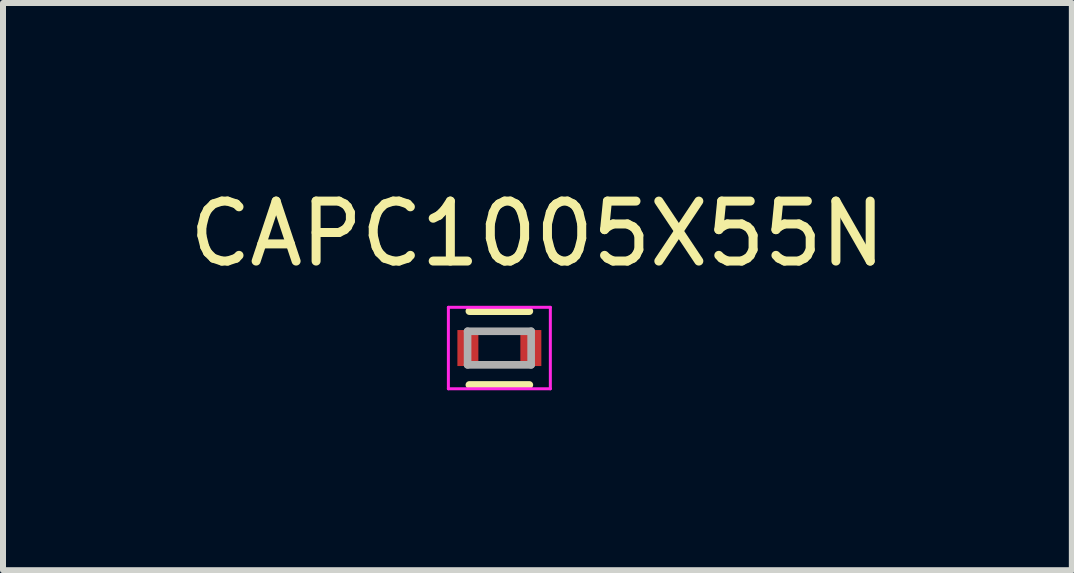
<source format=kicad_pcb>
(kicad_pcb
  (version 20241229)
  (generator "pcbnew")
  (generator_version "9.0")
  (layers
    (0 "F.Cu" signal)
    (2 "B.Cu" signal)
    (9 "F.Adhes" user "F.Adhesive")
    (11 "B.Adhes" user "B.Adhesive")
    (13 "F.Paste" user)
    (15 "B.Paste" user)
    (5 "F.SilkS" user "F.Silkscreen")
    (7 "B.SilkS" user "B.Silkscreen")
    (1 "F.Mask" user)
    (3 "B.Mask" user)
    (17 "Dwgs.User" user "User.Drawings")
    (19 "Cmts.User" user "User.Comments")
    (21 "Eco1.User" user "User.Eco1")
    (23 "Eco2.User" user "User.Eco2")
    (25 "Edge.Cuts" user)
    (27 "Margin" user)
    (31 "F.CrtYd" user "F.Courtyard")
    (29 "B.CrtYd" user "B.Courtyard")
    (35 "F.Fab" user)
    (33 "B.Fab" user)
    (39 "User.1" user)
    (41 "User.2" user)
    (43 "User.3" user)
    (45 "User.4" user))
  (footprint "CAPC1005X55N"
    (layer "F.Cu")
    (at 5.276 2.753)
    (property "Reference" "CAPC1005X55N" (at 0.635 -1.905 0) (layer "F.SilkS") (effects (font (size 1 1) (thickness 0.15))))
    (attr smd)
    (fp_line (start 0.5 -0.615) (end -0.5 -0.615) (stroke (width 0.127) (type solid)) (layer "F.SilkS"))
    (fp_line (start 0.5 0.615) (end -0.5 0.615) (stroke (width 0.127) (type solid)) (layer "F.SilkS"))
    (fp_line (start -0.85 -0.679) (end -0.85 0.679) (stroke (width 0.05) (type solid)) (layer "F.CrtYd"))
    (fp_line (start -0.85 0.679) (end 0.85 0.679) (stroke (width 0.05) (type solid)) (layer "F.CrtYd"))
    (fp_line (start 0.85 -0.679) (end -0.85 -0.679) (stroke (width 0.05) (type solid)) (layer "F.CrtYd"))
    (fp_line (start 0.85 0.679) (end 0.85 -0.679) (stroke (width 0.05) (type solid)) (layer "F.CrtYd"))
    (fp_line (start -0.53 -0.28) (end -0.53 0.28) (stroke (width 0.127) (type solid)) (layer "F.Fab"))
    (fp_line (start -0.53 0.28) (end 0.53 0.28) (stroke (width 0.127) (type solid)) (layer "F.Fab"))
    (fp_line (start 0.53 -0.28) (end -0.53 -0.28) (stroke (width 0.127) (type solid)) (layer "F.Fab"))
    (fp_line (start 0.53 0.28) (end 0.53 -0.28) (stroke (width 0.127) (type solid)) (layer "F.Fab"))
    (pad "1" smd rect (at -0.525 0) (size 0.35 0.6) (layers "F.Cu" "F.Mask" "F.Paste"))
    (pad "2" smd rect (at 0.525 0) (size 0.35 0.6) (layers "F.Cu" "F.Mask" "F.Paste")))
  (gr_rect
    (start -3 -3)
    (end 14.821 6.457)
    (stroke (width 0.1) (type default))
    (fill no)
    (layer "Edge.Cuts")))
</source>
